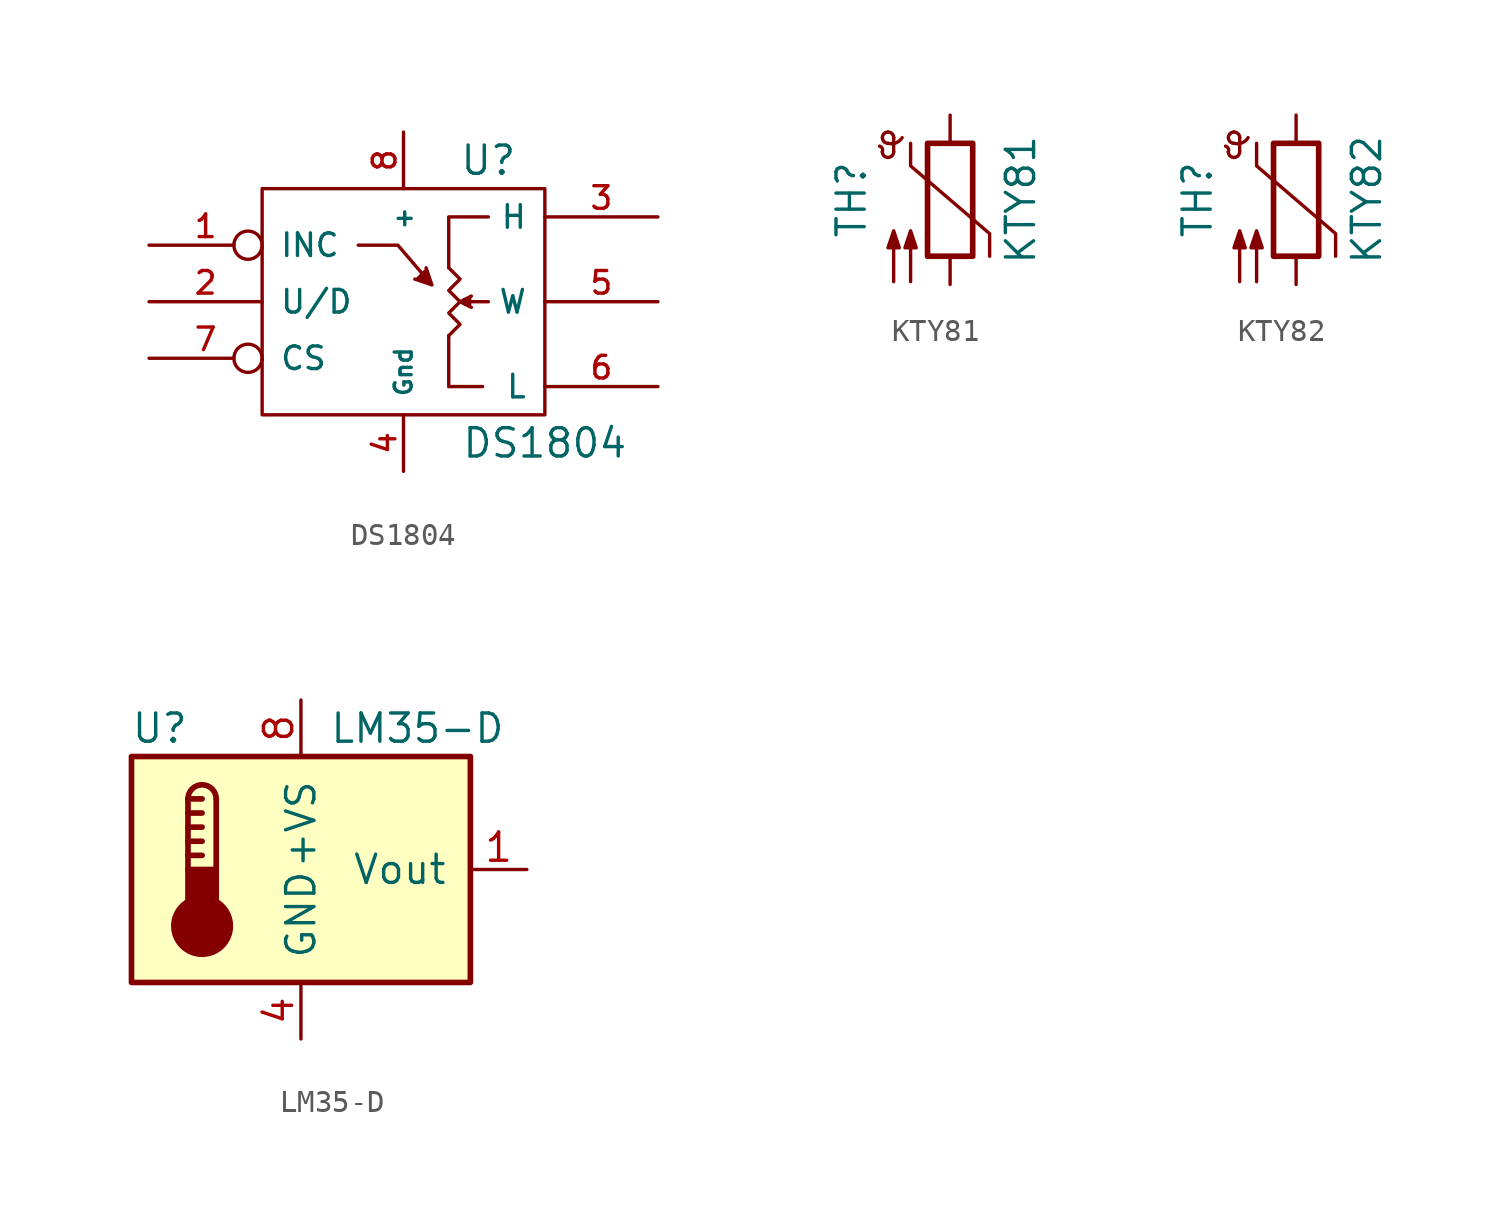
<source format=kicad_sym>
(kicad_symbol_lib
  (version 20220914)
  (generator kicad_symbol_editor)
  (symbol "DS1804"
    (pin_names
      (offset 0.762))
    (property "Reference" "U"
      (at 3.81 6.35 0)
      (effects (font (size 1.27 1.27))))
    (property "Value" "DS1804"
      (at 6.35 -6.35 0)
      (effects (font (size 1.27 1.27))))
    (symbol "DS1804_0_1"
      (rectangle (start -6.35 5.08) (end 6.35 -5.08) (stroke (width 0) (type default)) (fill (type none)))
      (polyline (pts (xy 2.032 -1.524) (xy 2.032 -3.81)) (stroke (width 0) (type default)) (fill (type none)))
      (polyline (pts (xy 3.556 -3.81) (xy 2.032 -3.81)) (stroke (width 0) (type default)) (fill (type none)))
      (polyline (pts (xy 3.81 0) (xy 3.048 0)) (stroke (width 0) (type default)) (fill (type none)))
      (polyline (pts (xy -2.032 2.54) (xy -0.254 2.54) (xy 1.27 0.762)) (stroke (width 0) (type default)) (fill (type none)))
      (polyline (pts (xy 1.016 1.524) (xy 1.27 0.762) (xy 0.508 1.016)) (stroke (width 0) (type default)) (fill (type outline)))
      (polyline (pts (xy 2.032 1.524) (xy 2.032 3.81) (xy 3.81 3.81)) (stroke (width 0) (type default)) (fill (type none)))
      (polyline (pts (xy 3.048 -0.254) (xy 2.54 0) (xy 3.048 0.254)) (stroke (width 0) (type default)) (fill (type outline)))
      (polyline (pts (xy 2.54 0) (xy 2.032 0.508) (xy 2.54 1.016) (xy 2.032 1.524)) (stroke (width 0) (type default)) (fill (type none)))
      (polyline (pts (xy 2.54 0) (xy 2.032 -0.508) (xy 2.54 -1.016) (xy 2.032 -1.524) (xy 2.032 -1.524)) (stroke (width 0) (type default)) (fill (type none))))
    (symbol "DS1804_1_1"
      (pin input inverted (at -11.43 2.54 0) (length 5.08) (name "INC" (effects (font (size 1.016 1.016)))) (number "1" (effects (font (size 1.016 1.016)))))
      (pin input line (at -11.43 0 0) (length 5.08) (name "U/D" (effects (font (size 1.016 1.016)))) (number "2" (effects (font (size 1.016 1.016)))))
      (pin passive line (at 11.43 3.81 180) (length 5.08) (name "H" (effects (font (size 1.016 1.016)))) (number "3" (effects (font (size 1.016 1.016)))))
      (pin power_in line (at 0 -7.62 90) (length 2.54) (name "Gnd" (effects (font (size 0.762 0.762)))) (number "4" (effects (font (size 1.016 1.016)))))
      (pin passive line (at 11.43 0 180) (length 5.08) (name "W" (effects (font (size 1.016 1.016)))) (number "5" (effects (font (size 1.016 1.016)))))
      (pin passive line (at 11.43 -3.81 180) (length 5.08) (name "L" (effects (font (size 1.016 1.016)))) (number "6" (effects (font (size 1.016 1.016)))))
      (pin input inverted (at -11.43 -2.54 0) (length 5.08) (name "CS" (effects (font (size 1.016 1.016)))) (number "7" (effects (font (size 1.016 1.016)))))
      (pin power_in line (at 0 7.62 270) (length 2.54) (name "+" (effects (font (size 0.762 0.762)))) (number "8" (effects (font (size 1.016 1.016)))))))
  (symbol "KTY81"
    (pin_numbers hide)
    (pin_names
      (offset 0))
    (property "Reference" "TH"
      (at -4.445 0 90)
      (effects (font (size 1.27 1.27))))
    (property "Value" "KTY81"
      (at 3.175 0 90)
      (effects (font (size 1.27 1.27))))
    (symbol "KTY81_0_1"
      (arc (start -3.048 2.159) (mid -3.0495 2.3143) (end -3.175 2.413) (stroke (width 0) (type default)) (fill (type none)))
      (arc (start -3.048 2.159) (mid -2.9736 1.9794) (end -2.794 1.905) (stroke (width 0) (type default)) (fill (type none)))
      (arc (start -3.048 2.794) (mid -2.9736 2.6144) (end -2.794 2.54) (stroke (width 0) (type default)) (fill (type none)))
      (arc (start -2.794 1.905) (mid -2.6144 1.9794) (end -2.54 2.159) (stroke (width 0) (type default)) (fill (type none)))
      (arc (start -2.794 2.54) (mid -2.4393 2.5587) (end -2.159 2.794) (stroke (width 0) (type default)) (fill (type none)))
      (arc (start -2.794 3.048) (mid -2.9736 2.9736) (end -3.048 2.794) (stroke (width 0) (type default)) (fill (type none)))
      (arc (start -2.54 2.794) (mid -2.6144 2.9736) (end -2.794 3.048) (stroke (width 0) (type default)) (fill (type none)))
      (rectangle (start -1.016 2.54) (end 1.016 -2.54) (stroke (width 0.254) (type default)) (fill (type none)))
      (polyline (pts (xy -2.54 2.159) (xy -2.54 2.794)) (stroke (width 0) (type default)) (fill (type none)))
      (polyline (pts (xy -1.778 2.54) (xy -1.778 1.524) (xy 1.778 -1.524) (xy 1.778 -2.54)) (stroke (width 0) (type default)) (fill (type none)))
      (polyline (pts (xy -2.54 -3.683) (xy -2.54 -1.397) (xy -2.794 -2.159) (xy -2.286 -2.159) (xy -2.54 -1.397) (xy -2.54 -1.651)) (stroke (width 0) (type default)) (fill (type outline)))
      (polyline (pts (xy -1.778 -3.683) (xy -1.778 -1.397) (xy -2.032 -2.159) (xy -1.524 -2.159) (xy -1.778 -1.397) (xy -1.778 -1.651)) (stroke (width 0) (type default)) (fill (type outline))))
    (symbol "KTY81_1_1"
      (pin passive line (at 0 3.81 270) (length 1.27) (name "~" (effects (font (size 1.27 1.27)))) (number "1" (effects (font (size 1.27 1.27)))))
      (pin passive line (at 0 -3.81 90) (length 1.27) (name "~" (effects (font (size 1.27 1.27)))) (number "2" (effects (font (size 1.27 1.27)))))))
  (symbol "KTY82"
    (pin_numbers hide)
    (pin_names
      (offset 0))
    (property "Reference" "TH"
      (at -4.445 0 90)
      (effects (font (size 1.27 1.27))))
    (property "Value" "KTY82"
      (at 3.175 0 90)
      (effects (font (size 1.27 1.27))))
    (symbol "KTY82_0_1"
      (arc (start -3.048 2.159) (mid -3.0495 2.3143) (end -3.175 2.413) (stroke (width 0) (type default)) (fill (type none)))
      (arc (start -3.048 2.159) (mid -2.9736 1.9794) (end -2.794 1.905) (stroke (width 0) (type default)) (fill (type none)))
      (arc (start -3.048 2.794) (mid -2.9736 2.6144) (end -2.794 2.54) (stroke (width 0) (type default)) (fill (type none)))
      (arc (start -2.794 1.905) (mid -2.6144 1.9794) (end -2.54 2.159) (stroke (width 0) (type default)) (fill (type none)))
      (arc (start -2.794 2.54) (mid -2.4393 2.5587) (end -2.159 2.794) (stroke (width 0) (type default)) (fill (type none)))
      (arc (start -2.794 3.048) (mid -2.9736 2.9736) (end -3.048 2.794) (stroke (width 0) (type default)) (fill (type none)))
      (arc (start -2.54 2.794) (mid -2.6144 2.9736) (end -2.794 3.048) (stroke (width 0) (type default)) (fill (type none)))
      (rectangle (start -1.016 2.54) (end 1.016 -2.54) (stroke (width 0.254) (type default)) (fill (type none)))
      (polyline (pts (xy -2.54 2.159) (xy -2.54 2.794)) (stroke (width 0) (type default)) (fill (type none)))
      (polyline (pts (xy -1.778 2.54) (xy -1.778 1.524) (xy 1.778 -1.524) (xy 1.778 -2.54)) (stroke (width 0) (type default)) (fill (type none)))
      (polyline (pts (xy -2.54 -3.683) (xy -2.54 -1.397) (xy -2.794 -2.159) (xy -2.286 -2.159) (xy -2.54 -1.397) (xy -2.54 -1.651)) (stroke (width 0) (type default)) (fill (type outline)))
      (polyline (pts (xy -1.778 -3.683) (xy -1.778 -1.397) (xy -2.032 -2.159) (xy -1.524 -2.159) (xy -1.778 -1.397) (xy -1.778 -1.651)) (stroke (width 0) (type default)) (fill (type outline))))
    (symbol "KTY82_1_1"
      (pin passive line (at 0 3.81 270) (length 1.27) (name "~" (effects (font (size 1.27 1.27)))) (number "1" (effects (font (size 1.27 1.27)))))
      (pin passive line (at 0 -3.81 90) (length 1.27) (name "~" (effects (font (size 1.27 1.27)))) (number "2" (effects (font (size 1.27 1.27)))))))
  (symbol "LM35-D"
    (pin_names
      (offset 1.016))
    (property "Reference" "U"
      (at -6.35 6.35 0)
      (effects (font (size 1.27 1.27))))
    (property "Value" "LM35-D"
      (at 1.27 6.35 0)
      (effects (font (size 1.27 1.27)) (justify left)))
    (symbol "LM35-D_0_1"
      (rectangle (start -7.62 5.08) (end 7.62 -5.08) (stroke (width 0.254) (type default)) (fill (type background)))
      (circle (center -4.445 -2.54) (radius 1.27) (stroke (width 0.254) (type default)) (fill (type outline)))
      (rectangle (start -3.81 -1.905) (end -5.08 0) (stroke (width 0.254) (type default)) (fill (type outline)))
      (arc (start -3.81 3.175) (mid -4.445 3.8073) (end -5.08 3.175) (stroke (width 0.254) (type default)) (fill (type none)))
      (polyline (pts (xy -5.08 0.635) (xy -4.445 0.635)) (stroke (width 0.254) (type default)) (fill (type none)))
      (polyline (pts (xy -5.08 1.27) (xy -4.445 1.27)) (stroke (width 0.254) (type default)) (fill (type none)))
      (polyline (pts (xy -5.08 1.905) (xy -4.445 1.905)) (stroke (width 0.254) (type default)) (fill (type none)))
      (polyline (pts (xy -5.08 2.54) (xy -4.445 2.54)) (stroke (width 0.254) (type default)) (fill (type none)))
      (polyline (pts (xy -5.08 3.175) (xy -5.08 0)) (stroke (width 0.254) (type default)) (fill (type none)))
      (polyline (pts (xy -5.08 3.175) (xy -4.445 3.175)) (stroke (width 0.254) (type default)) (fill (type none)))
      (polyline (pts (xy -3.81 3.175) (xy -3.81 0)) (stroke (width 0.254) (type default)) (fill (type none))))
    (symbol "LM35-D_1_1"
      (pin output line (at 10.16 0 180) (length 2.54) (name "Vout" (effects (font (size 1.27 1.27)))) (number "1" (effects (font (size 1.27 1.27)))))
      (pin no_connect line (at -2.54 -7.62 90) (length 2.54) hide (name "NC" (effects (font (size 1.27 1.27)))) (number "2" (effects (font (size 1.27 1.27)))))
      (pin no_connect line (at -2.54 7.62 270) (length 2.54) hide (name "NC" (effects (font (size 1.27 1.27)))) (number "3" (effects (font (size 1.27 1.27)))))
      (pin power_in line (at 0 -7.62 90) (length 2.54) (name "GND" (effects (font (size 1.27 1.27)))) (number "4" (effects (font (size 1.27 1.27)))))
      (pin no_connect line (at 2.54 -7.62 90) (length 2.54) hide (name "NC" (effects (font (size 1.27 1.27)))) (number "5" (effects (font (size 1.27 1.27)))))
      (pin no_connect line (at 5.08 -7.62 90) (length 2.54) hide (name "NC" (effects (font (size 1.27 1.27)))) (number "6" (effects (font (size 1.27 1.27)))))
      (pin no_connect line (at 10.16 2.54 180) (length 2.54) hide (name "NC" (effects (font (size 1.27 1.27)))) (number "7" (effects (font (size 1.27 1.27)))))
      (pin power_in line (at 0 7.62 270) (length 2.54) (name "+VS" (effects (font (size 1.27 1.27)))) (number "8" (effects (font (size 1.27 1.27))))))))
</source>
